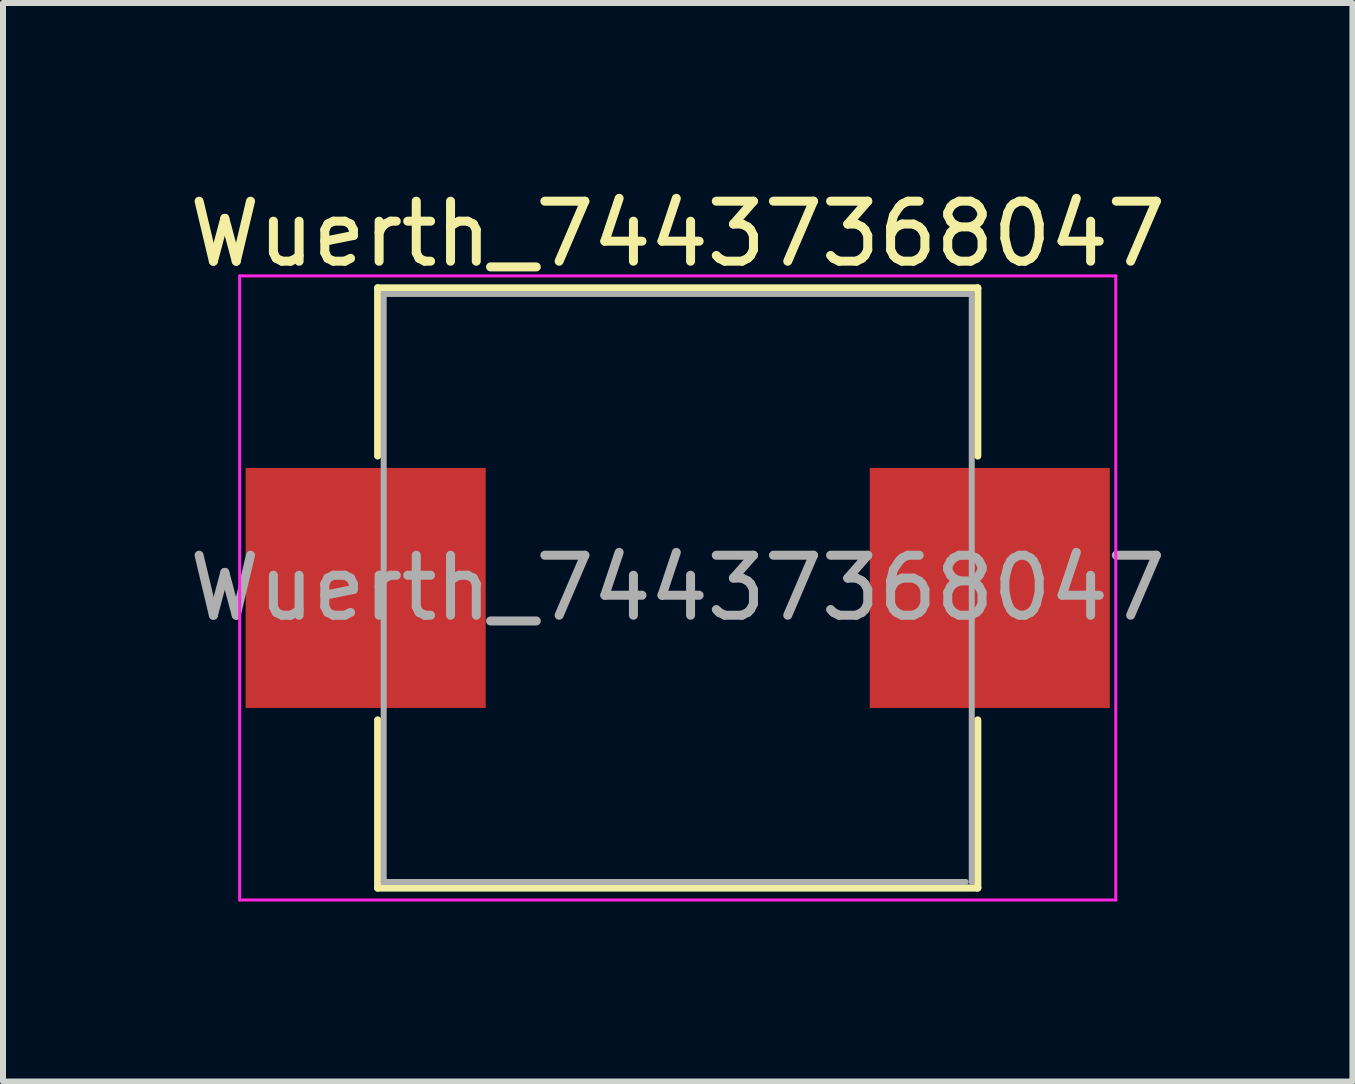
<source format=kicad_pcb>
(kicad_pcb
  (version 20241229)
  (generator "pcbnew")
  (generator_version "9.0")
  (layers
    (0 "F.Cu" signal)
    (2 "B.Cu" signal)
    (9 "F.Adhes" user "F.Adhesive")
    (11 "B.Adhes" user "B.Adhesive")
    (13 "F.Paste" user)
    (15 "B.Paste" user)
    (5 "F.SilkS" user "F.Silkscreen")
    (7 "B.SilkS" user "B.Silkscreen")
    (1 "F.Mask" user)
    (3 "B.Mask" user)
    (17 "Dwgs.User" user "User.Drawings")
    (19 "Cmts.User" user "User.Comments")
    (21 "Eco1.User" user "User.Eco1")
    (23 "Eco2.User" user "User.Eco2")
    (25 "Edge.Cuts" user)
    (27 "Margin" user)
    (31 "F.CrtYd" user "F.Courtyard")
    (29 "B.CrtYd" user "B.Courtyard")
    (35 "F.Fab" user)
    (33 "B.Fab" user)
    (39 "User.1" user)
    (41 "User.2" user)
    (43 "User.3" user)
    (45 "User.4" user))
  (footprint "Wuerth_74437368047"
    (layer "F.Cu")
    (at 8.244 6.748)
    (property "Reference" "Wuerth_74437368047" (at 0 -5.9 0) (layer "F.SilkS") (effects (font (size 1 1) (thickness 0.15))))
    (attr smd)
    (fp_line (start -5 -5) (end 5 -5) (stroke (width 0.12) (type solid)) (layer "F.SilkS"))
    (fp_line (start -5 -2.2) (end -5 -5) (stroke (width 0.12) (type solid)) (layer "F.SilkS"))
    (fp_line (start -5 2.2) (end -5 5) (stroke (width 0.12) (type solid)) (layer "F.SilkS"))
    (fp_line (start -5 5) (end 5 5) (stroke (width 0.12) (type solid)) (layer "F.SilkS"))
    (fp_line (start 5 -5) (end 5 -2.2) (stroke (width 0.12) (type solid)) (layer "F.SilkS"))
    (fp_line (start 5 5) (end 5 2.2) (stroke (width 0.12) (type solid)) (layer "F.SilkS"))
    (fp_line (start -7.3 -5.2) (end -7.3 5.2) (stroke (width 0.05) (type solid)) (layer "F.CrtYd"))
    (fp_line (start -7.3 5.2) (end 7.3 5.2) (stroke (width 0.05) (type solid)) (layer "F.CrtYd"))
    (fp_line (start 7.3 -5.2) (end -7.3 -5.2) (stroke (width 0.05) (type solid)) (layer "F.CrtYd"))
    (fp_line (start 7.3 5.2) (end 7.3 -5.2) (stroke (width 0.05) (type solid)) (layer "F.CrtYd"))
    (fp_line (start -4.9 -4.9) (end -4.9 4.9) (stroke (width 0.1) (type solid)) (layer "F.Fab"))
    (fp_line (start -4.9 4.9) (end 4.8 4.9) (stroke (width 0.1) (type solid)) (layer "F.Fab"))
    (fp_line (start 4.9 -4.9) (end -4.9 -4.9) (stroke (width 0.1) (type solid)) (layer "F.Fab"))
    (fp_line (start 4.9 4.9) (end 4.9 -4.9) (stroke (width 0.1) (type solid)) (layer "F.Fab"))
    (fp_text user "${REFERENCE}" (at 0 0 0) (layer "F.Fab") (effects (font (size 1 1) (thickness 0.15))))
    (pad "1" smd rect (at -5.2 0) (size 4 4) (layers "F.Cu" "F.Mask" "F.Paste"))
    (pad "2" smd rect (at 5.2 0) (size 4 4) (layers "F.Cu" "F.Mask" "F.Paste")))
  (gr_rect
    (start -3 -3)
    (end 19.488 14.973)
    (stroke (width 0.1) (type default))
    (fill no)
    (layer "Edge.Cuts")))
</source>
